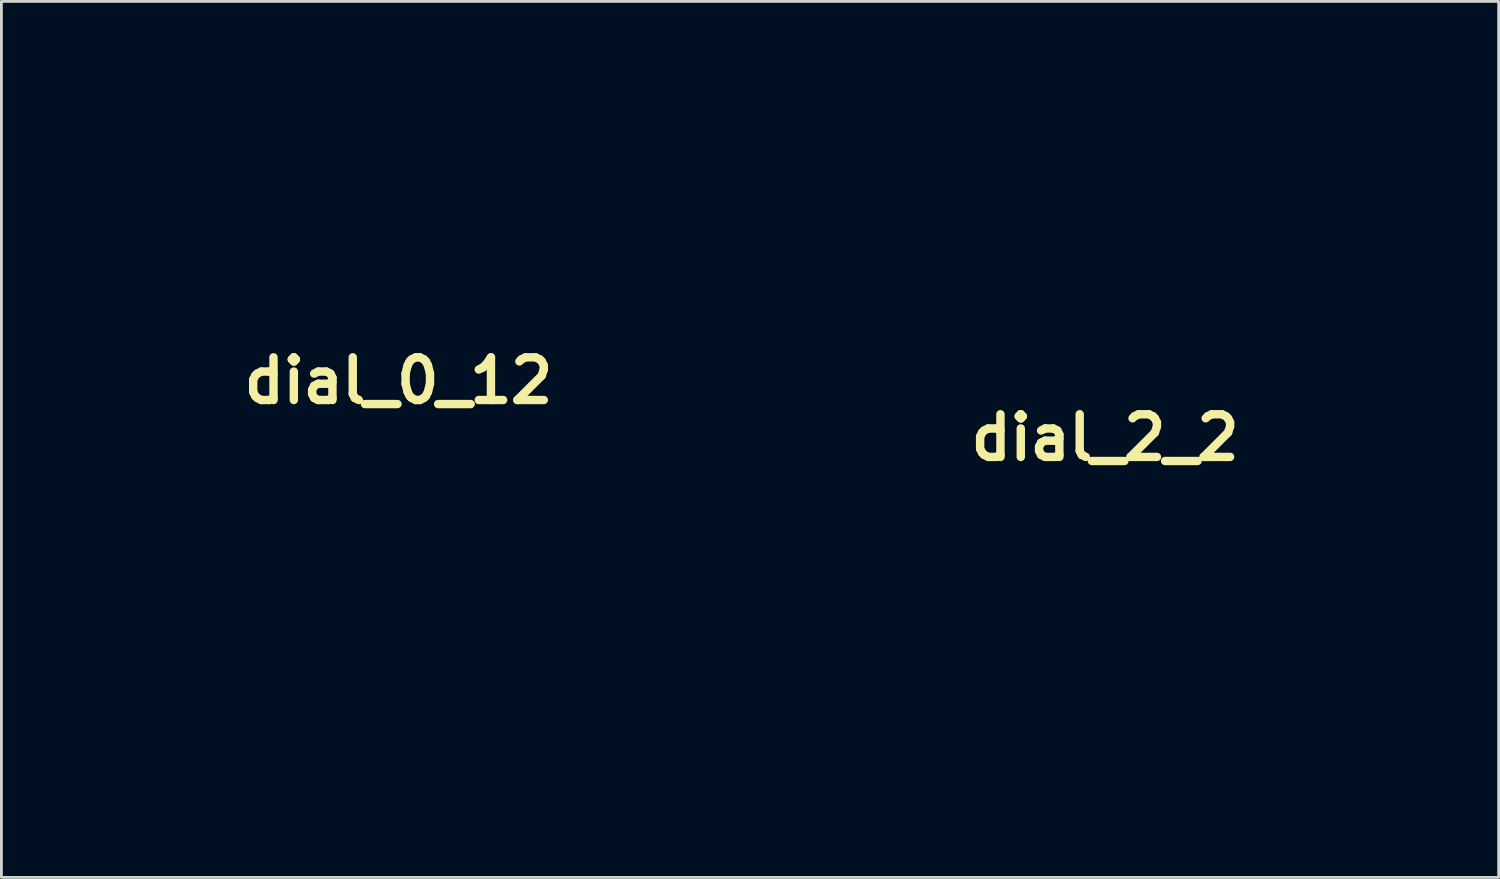
<source format=kicad_pcb>
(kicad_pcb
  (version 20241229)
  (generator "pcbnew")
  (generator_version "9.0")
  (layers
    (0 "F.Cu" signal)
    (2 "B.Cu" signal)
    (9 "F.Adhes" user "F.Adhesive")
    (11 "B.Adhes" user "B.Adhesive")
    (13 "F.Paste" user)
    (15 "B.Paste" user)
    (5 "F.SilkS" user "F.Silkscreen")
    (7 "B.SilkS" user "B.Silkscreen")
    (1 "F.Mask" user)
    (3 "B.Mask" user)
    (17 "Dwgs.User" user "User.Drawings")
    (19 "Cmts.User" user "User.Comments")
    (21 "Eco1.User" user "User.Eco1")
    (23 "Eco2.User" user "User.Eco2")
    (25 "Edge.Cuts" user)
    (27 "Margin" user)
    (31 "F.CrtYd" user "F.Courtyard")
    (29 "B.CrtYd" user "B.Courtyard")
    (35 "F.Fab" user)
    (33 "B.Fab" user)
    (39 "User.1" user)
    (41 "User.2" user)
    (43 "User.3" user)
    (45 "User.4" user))
  (footprint "dial_2_2"
    (layer "F.Cu")
    (at 36.416 12.578)
    (property "Reference" "dial_2_2" (at 0 0 0) (layer "F.SilkS") (effects (font (size 1.524 1.524) (thickness 0.3))))
    (attr through_hole)
    (fp_poly (pts (xy -0.2 -11.212) (xy -0.028 -10.921) (xy 0.015 -10.795) (xy 0.089 -10.367) (xy 0.069 -9.964) (xy -0.023 -9.625) (xy -0.164 -9.388) (xy -0.334 -9.292) (xy -0.51 -9.375) (xy -0.649 -9.62) (xy -0.711 -9.951) (xy -0.716 -10.394) (xy -0.671 -10.833) (xy -0.583 -11.154) (xy -0.565 -11.187) (xy -0.392 -11.31) (xy -0.2 -11.212)) (stroke (width 0.01) (type solid)) (fill yes) (layer "F.Mask"))
    (fp_poly (pts (xy 11.049 12.7) (xy -10.922 12.7) (xy -10.922 11.991) (xy -9.643 11.991) (xy -9.606 12.186) (xy -9.563 12.239) (xy -9.405 12.273) (xy -9.054 12.294) (xy -8.57 12.298) (xy -8.261 12.292) (xy -7.699 12.272) (xy -7.342 12.244) (xy -7.141 12.194) (xy -7.047 12.11) (xy -7.015 11.998) (xy 6.145 11.998) (xy 6.156 12.055) (xy 6.214 12.176) (xy 6.327 12.253) (xy 6.545 12.296) (xy 6.918 12.315) (xy 7.493 12.319) (xy 8.068 12.315) (xy 8.44 12.297) (xy 8.657 12.255) (xy 8.771 12.177) (xy 8.83 12.055) (xy 8.834 12.043) (xy 8.817 11.751) (xy 8.591 11.537) (xy 8.196 11.434) (xy 8.077 11.43) (xy 7.694 11.43) (xy 8.238 10.875) (xy 8.684 10.315) (xy 8.878 9.796) (xy 8.823 9.317) (xy 8.535 8.896) (xy 8.247 8.652) (xy 7.952 8.538) (xy 7.531 8.509) (xy 7.51 8.509) (xy 7.027 8.549) (xy 6.679 8.691) (xy 6.526 8.806) (xy 6.302 9.108) (xy 6.289 9.384) (xy 6.448 9.577) (xy 6.737 9.629) (xy 7.038 9.531) (xy 7.377 9.426) (xy 7.709 9.439) (xy 7.935 9.559) (xy 7.971 9.623) (xy 7.909 9.774) (xy 7.699 10.06) (xy 7.378 10.436) (xy 7.048 10.787) (xy 6.604 11.257) (xy 6.322 11.591) (xy 6.177 11.826) (xy 6.145 11.998) (xy -7.015 11.998) (xy -7.009 11.978) (xy -7.006 11.952) (xy -7.05 11.647) (xy -7.297 11.477) (xy -7.668 11.432) (xy -8.033 11.43) (xy -7.509 10.861) (xy -7.206 10.505) (xy -7.047 10.218) (xy -6.99 9.905) (xy -6.985 9.713) (xy -7.028 9.266) (xy -7.183 8.948) (xy -7.297 8.821) (xy -7.649 8.599) (xy -8.094 8.498) (xy -8.566 8.508) (xy -9.002 8.617) (xy -9.339 8.816) (xy -9.514 9.093) (xy -9.525 9.192) (xy -9.422 9.465) (xy -9.164 9.597) (xy -8.829 9.549) (xy -8.817 9.544) (xy -8.452 9.43) (xy -8.186 9.398) (xy -7.918 9.466) (xy -7.863 9.669) (xy -8.019 10.002) (xy -8.386 10.464) (xy -8.763 10.858) (xy -9.237 11.354) (xy -9.526 11.723) (xy -9.643 11.991) (xy -10.922 11.991) (xy -10.922 8.001) (xy 6.76 8.001) (xy 8.371 8.001) (xy 8.716 7.413) (xy 9.273 6.235) (xy 9.666 4.915) (xy 9.889 3.508) (xy 9.937 2.07) (xy 9.803 0.657) (xy 9.521 -0.554) (xy 9.263 -1.39) (xy 8.6 -1.129) (xy 8.235 -0.983) (xy 7.985 -0.879) (xy 7.916 -0.846) (xy 7.933 -0.722) (xy 7.999 -0.418) (xy 8.099 0.001) (xy 8.222 0.713) (xy 8.287 1.642) (xy 8.299 2.477) (xy 8.289 3.226) (xy 8.258 3.802) (xy 8.196 4.287) (xy 8.093 4.761) (xy 7.948 5.271) (xy 7.737 5.898) (xy 7.485 6.546) (xy 7.239 7.095) (xy 7.182 7.207) (xy 6.76 8.001) (xy -10.922 8.001) (xy -10.922 1.823) (xy -10.585 1.823) (xy -10.578 3.419) (xy -10.321 4.974) (xy -9.813 6.488) (xy -9.509 7.144) (xy -9.14 7.874) (xy -7.482 7.874) (xy -7.798 7.334) (xy -7.979 6.972) (xy -8.201 6.454) (xy -8.425 5.868) (xy -8.524 5.588) (xy -8.703 5.032) (xy -8.826 4.557) (xy -8.905 4.082) (xy -8.953 3.524) (xy -8.985 2.801) (xy -8.987 2.731) (xy -8.983 1.542) (xy -8.898 0.482) (xy -8.734 -0.407) (xy -8.577 -0.901) (xy -8.59 -1.05) (xy -8.777 -1.201) (xy -9.144 -1.373) (xy -9.55 -1.522) (xy -9.774 -1.548) (xy -9.847 -1.488) (xy -10.341 0.187) (xy -10.585 1.823) (xy -10.922 1.823) (xy -10.922 -1.885) (xy -9.642 -1.885) (xy -9.626 -1.836) (xy -9.492 -1.764) (xy -9.204 -1.633) (xy -9.026 -1.556) (xy -8.471 -1.32) (xy -7.925 -2.411) (xy -7.573 -3.039) (xy -7.136 -3.715) (xy -6.698 -4.311) (xy -6.616 -4.41) (xy -6.262 -4.837) (xy -6.215 -4.899) (xy 5.491 -4.899) (xy 6.048 -4.215) (xy 6.523 -3.569) (xy 6.984 -2.831) (xy 7.375 -2.096) (xy 7.632 -1.492) (xy 7.744 -1.192) (xy 7.821 -1.027) (xy 7.833 -1.016) (xy 7.957 -1.065) (xy 8.239 -1.191) (xy 8.474 -1.299) (xy 8.822 -1.462) (xy 9.06 -1.575) (xy 9.121 -1.604) (xy 9.102 -1.727) (xy 8.972 -2.008) (xy 8.759 -2.396) (xy 8.494 -2.839) (xy 8.205 -3.284) (xy 8.06 -3.493) (xy 7.671 -3.993) (xy 7.202 -4.535) (xy 6.815 -4.939) (xy 6.115 -5.624) (xy 5.803 -5.262) (xy 5.491 -4.899) (xy -6.215 -4.899) (xy -6.05 -5.117) (xy -5.959 -5.3) (xy -5.967 -5.434) (xy -6.053 -5.566) (xy -6.079 -5.599) (xy -6.223 -5.745) (xy -6.373 -5.792) (xy -6.567 -5.721) (xy -6.841 -5.515) (xy -7.233 -5.154) (xy -7.515 -4.88) (xy -7.911 -4.461) (xy -8.324 -3.971) (xy -8.724 -3.451) (xy -9.085 -2.941) (xy -9.377 -2.483) (xy -9.572 -2.117) (xy -9.642 -1.885) (xy -10.922 -1.885) (xy -10.922 -6.034) (xy -6.074 -6.034) (xy -6.064 -5.904) (xy -5.916 -5.727) (xy -5.684 -5.555) (xy -5.537 -5.571) (xy -5.366 -5.702) (xy -5.064 -5.932) (xy -4.763 -6.161) (xy -4.382 -6.42) (xy -3.893 -6.711) (xy -3.355 -7.005) (xy -2.826 -7.272) (xy -2.365 -7.48) (xy -2.03 -7.602) (xy -1.922 -7.62) (xy -1.797 -7.657) (xy -1.808 -7.692) (xy -1.994 -7.719) (xy -2.36 -7.655) (xy -2.861 -7.516) (xy -3.446 -7.322) (xy -4.07 -7.088) (xy -4.683 -6.834) (xy -5.239 -6.576) (xy -5.688 -6.332) (xy -5.904 -6.186) (xy -6.074 -6.034) (xy -10.922 -6.034) (xy -10.922 -7.73) (xy 1.078 -7.73) (xy 1.127 -7.678) (xy 1.395 -7.566) (xy 1.401 -7.564) (xy 2.07 -7.277) (xy 2.803 -6.899) (xy 3.535 -6.467) (xy 4.203 -6.022) (xy 4.741 -5.603) (xy 5.004 -5.349) (xy 5.219 -5.139) (xy 5.374 -5.121) (xy 5.553 -5.304) (xy 5.639 -5.419) (xy 5.794 -5.654) (xy 5.786 -5.798) (xy 5.601 -5.963) (xy 5.575 -5.983) (xy 5.017 -6.347) (xy 4.293 -6.724) (xy 3.483 -7.077) (xy 2.67 -7.368) (xy 2.489 -7.422) (xy 1.951 -7.57) (xy 1.517 -7.673) (xy 1.217 -7.727) (xy 1.078 -7.73) (xy -10.922 -7.73) (xy -10.922 -10.236) (xy -1.627 -10.236) (xy -1.565 -9.562) (xy -1.362 -9.01) (xy -1.032 -8.613) (xy -0.591 -8.405) (xy -0.364 -8.382) (xy 0.108 -8.458) (xy 0.44 -8.683) (xy 0.769 -9.149) (xy 0.953 -9.705) (xy 1.004 -10.302) (xy 0.93 -10.89) (xy 0.743 -11.422) (xy 0.453 -11.848) (xy 0.069 -12.12) (xy -0.295 -12.192) (xy -0.817 -12.085) (xy -1.209 -11.762) (xy -1.473 -11.221) (xy -1.532 -10.998) (xy -1.627 -10.236) (xy -10.922 -10.236) (xy -10.922 -12.573) (xy 11.049 -12.573) (xy 11.049 12.7)) (stroke (width 0.01) (type solid)) (fill yes) (layer "F.Mask")))
  (footprint "dial_0_12"
    (layer "F.Cu")
    (at 11.181 10.546)
    (property "Reference" "dial_0_12" (at 0 0 0) (layer "F.SilkS") (effects (font (size 1.524 1.524) (thickness 0.3))))
    (attr through_hole)
    (fp_poly (pts (xy -8.234 7.696) (xy -8.115 8.021) (xy -8.065 8.522) (xy -8.065 8.587) (xy -8.107 9.084) (xy -8.22 9.424) (xy -8.386 9.578) (xy -8.582 9.516) (xy -8.642 9.454) (xy -8.761 9.17) (xy -8.815 8.75) (xy -8.805 8.292) (xy -8.733 7.895) (xy -8.621 7.677) (xy -8.408 7.573) (xy -8.234 7.696)) (stroke (width 0.01) (type solid)) (fill yes) (layer "F.Mask"))
    (fp_poly (pts (xy 11.266 8.321) (xy 11.287 8.584) (xy 11.295 8.985) (xy 11.291 9.432) (xy 11.272 9.759) (xy 11.244 9.904) (xy 11.239 9.906) (xy 11.178 9.808) (xy 11.176 9.779) (xy 11.063 9.701) (xy 10.779 9.656) (xy 10.642 9.652) (xy 10.108 9.652) (xy 10.572 9.176) (xy 10.868 8.836) (xy 11.096 8.51) (xy 11.161 8.382) (xy 11.226 8.262) (xy 11.266 8.321)) (stroke (width 0.01) (type solid)) (fill yes) (layer "F.Mask"))
    (fp_poly (pts (xy 11.298 -1.492) (xy 11.297 0.268) (xy 11.294 1.79) (xy 11.29 3.089) (xy 11.284 4.179) (xy 11.275 5.077) (xy 11.264 5.798) (xy 11.25 6.357) (xy 11.233 6.769) (xy 11.213 7.049) (xy 11.189 7.214) (xy 11.161 7.278) (xy 11.128 7.257) (xy 11.126 7.253) (xy 10.879 6.951) (xy 10.654 6.781) (xy 10.22 6.633) (xy 9.757 6.62) (xy 9.319 6.72) (xy 8.96 6.912) (xy 8.734 7.173) (xy 8.695 7.483) (xy 8.717 7.556) (xy 8.863 7.714) (xy 9.149 7.726) (xy 9.611 7.595) (xy 9.612 7.594) (xy 9.924 7.508) (xy 10.123 7.55) (xy 10.249 7.655) (xy 10.331 7.76) (xy 10.338 7.878) (xy 10.246 8.046) (xy 10.03 8.302) (xy 9.668 8.686) (xy 9.486 8.873) (xy 9.015 9.371) (xy 8.712 9.732) (xy 8.558 9.993) (xy 8.536 10.187) (xy 8.625 10.35) (xy 8.661 10.389) (xy 8.868 10.467) (xy 9.251 10.518) (xy 9.735 10.541) (xy 10.244 10.537) (xy 10.703 10.504) (xy 11.036 10.444) (xy 11.151 10.389) (xy 11.274 10.314) (xy 11.303 10.452) (xy 11.291 10.49) (xy 11.244 10.522) (xy 11.146 10.551) (xy 10.983 10.576) (xy 10.738 10.597) (xy 10.397 10.614) (xy 9.943 10.628) (xy 9.362 10.64) (xy 8.638 10.649) (xy 7.755 10.656) (xy 6.698 10.661) (xy 5.452 10.665) (xy 4.001 10.667) (xy 2.329 10.668) (xy 0.422 10.668) (xy 0.064 10.668) (xy -11.176 10.668) (xy -11.176 8.419) (xy -9.73 8.419) (xy -9.709 9.083) (xy -9.555 9.655) (xy -9.285 10.104) (xy -8.922 10.399) (xy -8.483 10.511) (xy -7.99 10.406) (xy -7.892 10.36) (xy -7.543 10.047) (xy -7.291 9.555) (xy -7.152 8.945) (xy -7.143 8.28) (xy -7.194 7.986) (xy 5.842 7.986) (xy 5.949 8.223) (xy 6.209 8.343) (xy 6.523 8.308) (xy 6.642 8.297) (xy 6.706 8.416) (xy 6.729 8.715) (xy 6.731 8.932) (xy 6.725 9.334) (xy 6.681 9.548) (xy 6.564 9.639) (xy 6.337 9.674) (xy 6.319 9.676) (xy 5.984 9.79) (xy 5.847 10.016) (xy 5.934 10.304) (xy 5.974 10.357) (xy 6.17 10.444) (xy 6.541 10.507) (xy 7.008 10.54) (xy 7.493 10.543) (xy 7.917 10.513) (xy 8.202 10.447) (xy 8.234 10.429) (xy 8.35 10.233) (xy 8.361 10.019) (xy 8.247 9.772) (xy 7.969 9.675) (xy 7.62 9.635) (xy 7.62 8.365) (xy 7.6 7.602) (xy 7.535 7.068) (xy 7.422 6.745) (xy 7.256 6.611) (xy 7.198 6.604) (xy 6.994 6.695) (xy 6.7 6.928) (xy 6.377 7.24) (xy 6.087 7.567) (xy 5.89 7.848) (xy 5.842 7.986) (xy -7.194 7.986) (xy -7.232 7.772) (xy -7.482 7.186) (xy -7.845 6.804) (xy -8.297 6.64) (xy -8.812 6.71) (xy -8.962 6.773) (xy -9.227 6.937) (xy -9.407 7.172) (xy -9.556 7.558) (xy -9.597 7.695) (xy -9.73 8.419) (xy -11.176 8.419) (xy -11.176 0.315) (xy -10.671 0.315) (xy -10.631 1.553) (xy -10.481 2.708) (xy -10.408 3.048) (xy -10.207 3.78) (xy -9.973 4.459) (xy -9.726 5.046) (xy -9.483 5.498) (xy -9.264 5.774) (xy -9.125 5.842) (xy -8.929 5.811) (xy -8.89 5.774) (xy -8.943 5.632) (xy -9.078 5.34) (xy -9.195 5.104) (xy -9.6 4.199) (xy -9.873 3.311) (xy -10.03 2.361) (xy -10.089 1.269) (xy -10.091 0.953) (xy -10.082 0.229) (xy -10.056 -0.314) (xy -10.003 -0.751) (xy -9.912 -1.153) (xy -9.774 -1.596) (xy -9.734 -1.714) (xy -9.115 -3.144) (xy -8.295 -4.419) (xy -7.428 -5.397) (xy -6.342 -6.328) (xy -5.179 -7.043) (xy -3.879 -7.581) (xy -3.873 -7.583) (xy -3.415 -7.726) (xy -3.008 -7.822) (xy -2.581 -7.881) (xy -2.063 -7.912) (xy -1.383 -7.924) (xy -1.143 -7.924) (xy -0.409 -7.921) (xy 0.141 -7.9) (xy 0.578 -7.854) (xy 0.972 -7.774) (xy 1.393 -7.651) (xy 1.587 -7.587) (xy 2.854 -7.066) (xy 3.975 -6.39) (xy 5.023 -5.513) (xy 5.206 -5.333) (xy 6.198 -4.186) (xy 6.951 -2.962) (xy 7.473 -1.643) (xy 7.772 -0.212) (xy 7.842 0.589) (xy 7.816 1.991) (xy 7.584 3.303) (xy 7.13 4.599) (xy 7.035 4.812) (xy 6.836 5.252) (xy 6.685 5.593) (xy 6.609 5.78) (xy 6.604 5.796) (xy 6.723 5.814) (xy 7.045 5.829) (xy 7.52 5.839) (xy 8.047 5.842) (xy 9.491 5.842) (xy 9.88 4.972) (xy 10.114 4.407) (xy 10.335 3.805) (xy 10.478 3.352) (xy 10.599 2.752) (xy 10.692 1.979) (xy 10.751 1.114) (xy 10.773 0.237) (xy 10.755 -0.572) (xy 10.694 -1.232) (xy 10.681 -1.312) (xy 10.279 -2.904) (xy 9.657 -4.388) (xy 8.828 -5.747) (xy 7.811 -6.963) (xy 6.62 -8.02) (xy 5.271 -8.899) (xy 3.781 -9.584) (xy 2.731 -9.921) (xy 1.782 -10.103) (xy 0.69 -10.196) (xy -0.454 -10.2) (xy -1.555 -10.116) (xy -2.521 -9.942) (xy -2.603 -9.921) (xy -4.186 -9.372) (xy -5.635 -8.618) (xy -6.934 -7.675) (xy -8.07 -6.559) (xy -9.025 -5.285) (xy -9.783 -3.871) (xy -10.33 -2.331) (xy -10.416 -1.997) (xy -10.599 -0.903) (xy -10.671 0.315) (xy -11.176 0.315) (xy -11.176 -10.541) (xy 11.303 -10.541) (xy 11.298 -1.492)) (stroke (width 0.01) (type solid)) (fill yes) (layer "F.Mask")))
  (gr_rect
    (start -3 -3)
    (end 50.47 28.283)
    (stroke (width 0.1) (type default))
    (fill no)
    (layer "Edge.Cuts")))
</source>
